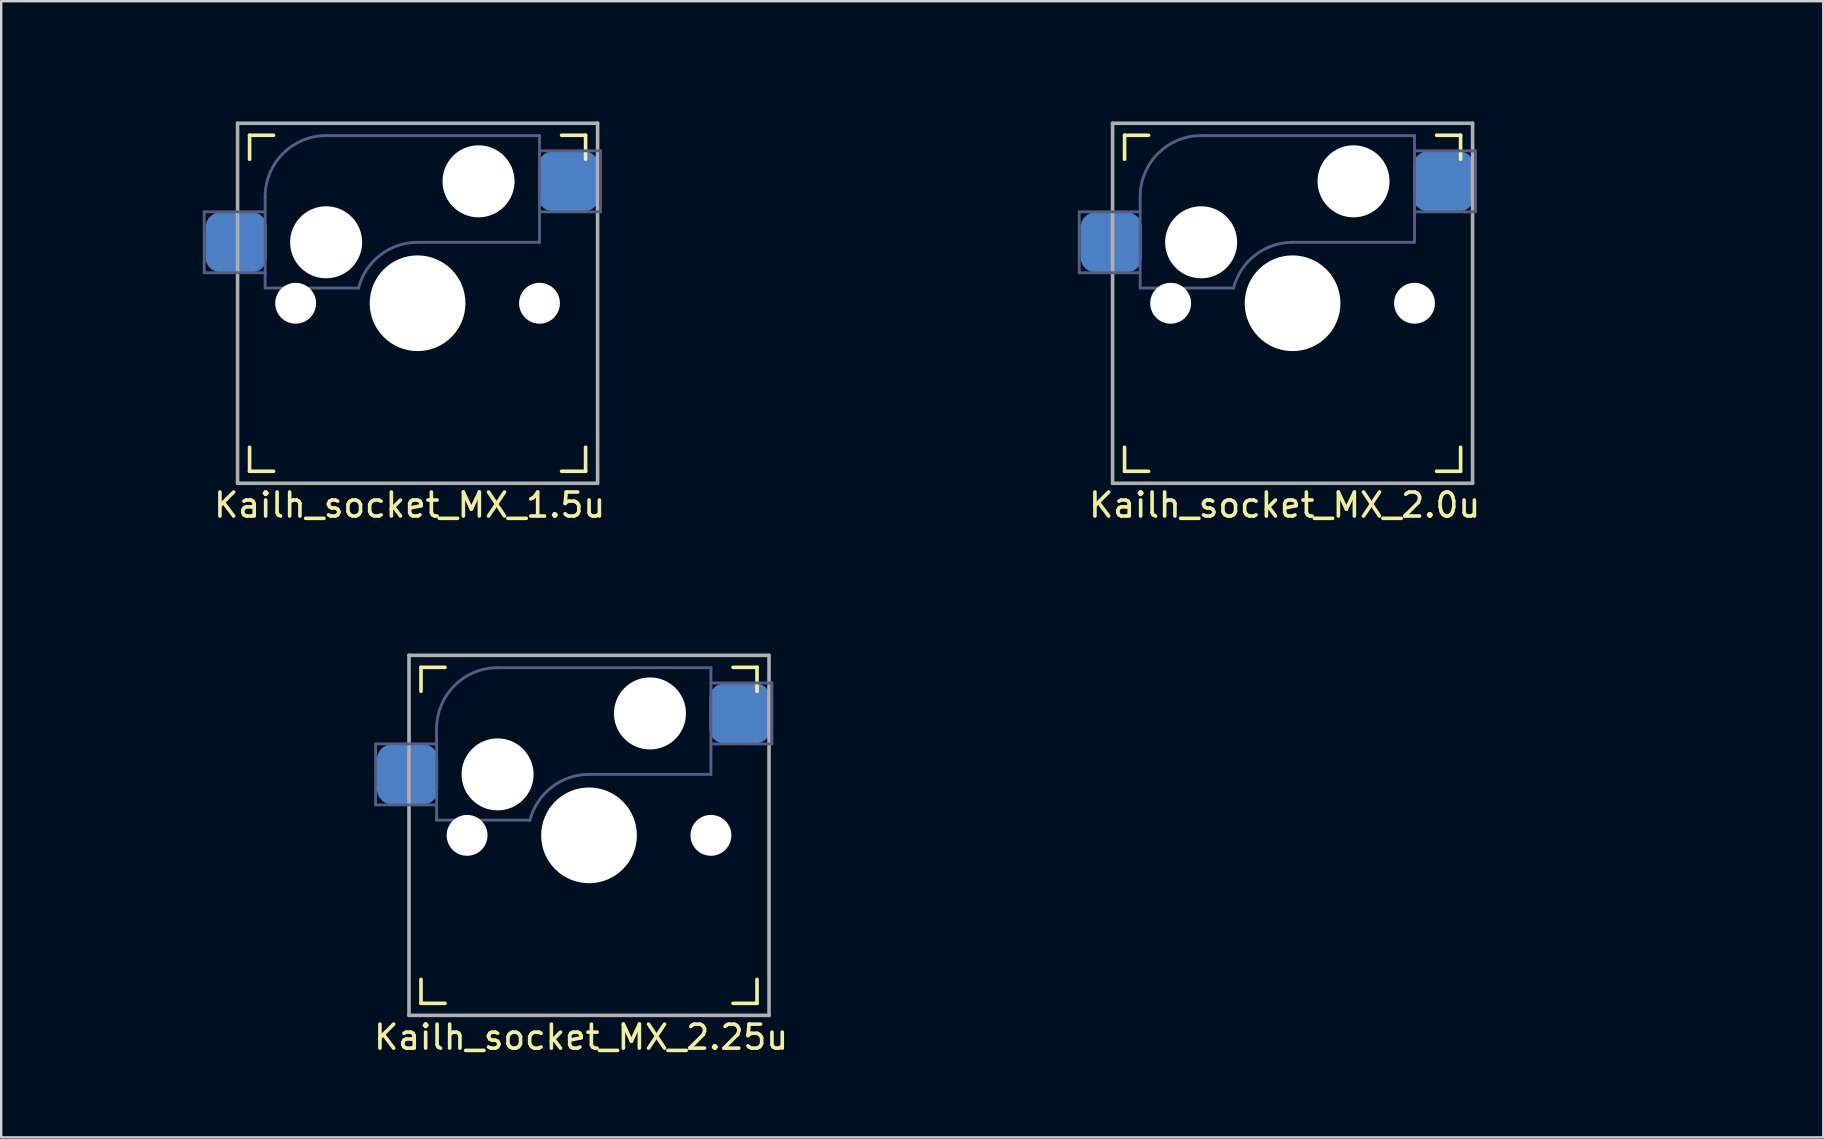
<source format=kicad_pcb>
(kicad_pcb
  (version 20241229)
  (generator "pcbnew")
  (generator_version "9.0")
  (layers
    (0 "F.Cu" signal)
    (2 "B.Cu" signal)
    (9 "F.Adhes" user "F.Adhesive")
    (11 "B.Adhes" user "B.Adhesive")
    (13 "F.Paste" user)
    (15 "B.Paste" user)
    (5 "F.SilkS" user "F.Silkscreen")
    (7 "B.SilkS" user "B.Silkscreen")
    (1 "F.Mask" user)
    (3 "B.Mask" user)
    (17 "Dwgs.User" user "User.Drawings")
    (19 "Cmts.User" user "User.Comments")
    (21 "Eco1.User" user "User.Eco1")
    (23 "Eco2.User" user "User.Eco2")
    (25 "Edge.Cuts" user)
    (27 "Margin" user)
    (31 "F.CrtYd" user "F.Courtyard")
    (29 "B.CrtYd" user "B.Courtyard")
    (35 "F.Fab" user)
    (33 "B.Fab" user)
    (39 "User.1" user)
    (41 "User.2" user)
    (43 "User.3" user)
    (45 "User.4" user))
  (footprint "Kailh_socket_MX_1.5u"
    (layer "F.Cu")
    (at 14.348 9.585)
    (property "Reference" "Kailh_socket_MX_1.5u" (at -0.33 8.41 180) (layer "F.SilkS") (effects (font (size 1 1) (thickness 0.15))))
    (attr through_hole)
    (fp_line (start -7 -7) (end -6 -7) (stroke (width 0.15) (type solid)) (layer "F.SilkS"))
    (fp_line (start -7 -6) (end -7 -7) (stroke (width 0.15) (type solid)) (layer "F.SilkS"))
    (fp_line (start -7 7) (end -7 6) (stroke (width 0.15) (type solid)) (layer "F.SilkS"))
    (fp_line (start -6 7) (end -7 7) (stroke (width 0.15) (type solid)) (layer "F.SilkS"))
    (fp_line (start 6 -7) (end 7 -7) (stroke (width 0.15) (type solid)) (layer "F.SilkS"))
    (fp_line (start 7 -7) (end 7 -6) (stroke (width 0.15) (type solid)) (layer "F.SilkS"))
    (fp_line (start 7 6) (end 7 7) (stroke (width 0.15) (type solid)) (layer "F.SilkS"))
    (fp_line (start 7 7) (end 6 7) (stroke (width 0.15) (type solid)) (layer "F.SilkS"))
    (fp_line (start -7 7) (end -7 -7) (stroke (width 0.1) (type solid)) (layer "Eco1.User"))
    (fp_line (start 7 -7) (end -7 -7) (stroke (width 0.1) (type solid)) (layer "Eco1.User"))
    (fp_line (start 7 7) (end -7 7) (stroke (width 0.1) (type solid)) (layer "Eco1.User"))
    (fp_line (start 7 7) (end 7 -7) (stroke (width 0.1) (type solid)) (layer "Eco1.User"))
    (fp_line (start -14.287 -9.525) (end 14.287 -9.525) (stroke (width 0.12) (type solid)) (layer "Eco2.User"))
    (fp_line (start -14.287 9.525) (end -14.287 -9.525) (stroke (width 0.12) (type solid)) (layer "Eco2.User"))
    (fp_line (start -0.8 4.25) (end 0.8 4.25) (stroke (width 0.12) (type solid)) (layer "Eco2.User"))
    (fp_line (start -0.8 5.85) (end -0.8 4.25) (stroke (width 0.12) (type solid)) (layer "Eco2.User"))
    (fp_line (start 0.8 4.25) (end 0.8 5.85) (stroke (width 0.12) (type solid)) (layer "Eco2.User"))
    (fp_line (start 0.8 5.85) (end -0.8 5.85) (stroke (width 0.12) (type solid)) (layer "Eco2.User"))
    (fp_line (start 14.287 -9.525) (end 14.287 9.525) (stroke (width 0.12) (type solid)) (layer "Eco2.User"))
    (fp_line (start 14.287 9.525) (end -14.287 9.525) (stroke (width 0.12) (type solid)) (layer "Eco2.User"))
    (fp_line (start -8.89 -3.81) (end -8.89 -1.27) (stroke (width 0.12) (type solid)) (layer "B.Fab"))
    (fp_line (start -8.89 -1.27) (end -6.35 -1.27) (stroke (width 0.12) (type solid)) (layer "B.Fab"))
    (fp_line (start -6.35 -4.445) (end -6.35 -0.635) (stroke (width 0.12) (type solid)) (layer "B.Fab"))
    (fp_line (start -6.35 -3.81) (end -8.89 -3.81) (stroke (width 0.12) (type solid)) (layer "B.Fab"))
    (fp_line (start -6.35 -0.635) (end -2.54 -0.635) (stroke (width 0.12) (type solid)) (layer "B.Fab"))
    (fp_line (start 0 -2.54) (end 5.08 -2.54) (stroke (width 0.12) (type solid)) (layer "B.Fab"))
    (fp_line (start 5.08 -6.985) (end -3.81 -6.985) (stroke (width 0.12) (type solid)) (layer "B.Fab"))
    (fp_line (start 5.08 -3.81) (end 7.62 -3.81) (stroke (width 0.12) (type solid)) (layer "B.Fab"))
    (fp_line (start 5.08 -2.54) (end 5.08 -6.985) (stroke (width 0.12) (type solid)) (layer "B.Fab"))
    (fp_line (start 7.62 -6.35) (end 5.08 -6.35) (stroke (width 0.12) (type solid)) (layer "B.Fab"))
    (fp_line (start 7.62 -3.81) (end 7.62 -6.35) (stroke (width 0.12) (type solid)) (layer "B.Fab"))
    (fp_arc (start -6.35 -4.445) (mid -5.606051 -6.241051) (end -3.81 -6.985) (stroke (width 0.12) (type solid)) (layer "B.Fab"))
    (fp_arc (start -2.464162 -0.61604) (mid -1.563147 -2.002042) (end 0 -2.54) (stroke (width 0.12) (type solid)) (layer "B.Fab"))
    (fp_line (start -7.5 -7.5) (end 7.5 -7.5) (stroke (width 0.15) (type solid)) (layer "F.Fab"))
    (fp_line (start -7.5 7.5) (end -7.5 -7.5) (stroke (width 0.15) (type solid)) (layer "F.Fab"))
    (fp_line (start 7.5 -7.5) (end 7.5 7.5) (stroke (width 0.15) (type solid)) (layer "F.Fab"))
    (fp_line (start 7.5 7.5) (end -7.5 7.5) (stroke (width 0.15) (type solid)) (layer "F.Fab"))
    (pad "" np_thru_hole circle (at -5.08 0 180) (size 1.702 1.702) (drill 1.702) (layers "*.Cu" "*.Mask"))
    (pad "" np_thru_hole circle (at -3.81 -2.54 153.5) (size 3 3) (drill 3) (layers "*.Cu" "*.Mask"))
    (pad "" np_thru_hole circle (at 0 0 180) (size 3.988 3.988) (drill 3.988) (layers "*.Cu" "*.Mask"))
    (pad "" np_thru_hole circle (at 2.54 -5.08 206.5) (size 3 3) (drill 3) (layers "*.Cu" "*.Mask"))
    (pad "" np_thru_hole circle (at 5.08 0 180) (size 1.702 1.702) (drill 1.702) (layers "*.Cu" "*.Mask"))
    (pad "1" smd roundrect (at 6.29 -5.08 180) (size 2.55 2.5) (layers "B.Cu" "B.Mask" "B.Paste") (roundrect_rratio 0.25))
    (pad "2" smd roundrect (at -7.56 -2.54 180) (size 2.55 2.5) (layers "B.Cu" "B.Mask" "B.Paste") (roundrect_rratio 0.25)))
  (footprint "Kailh_socket_MX_2.0u"
    (layer "F.Cu")
    (at 50.805 9.585)
    (property "Reference" "Kailh_socket_MX_2.0u" (at -0.33 8.41 180) (layer "F.SilkS") (effects (font (size 1 1) (thickness 0.15))))
    (attr through_hole)
    (fp_line (start -7 -7) (end -6 -7) (stroke (width 0.15) (type solid)) (layer "F.SilkS"))
    (fp_line (start -7 -6) (end -7 -7) (stroke (width 0.15) (type solid)) (layer "F.SilkS"))
    (fp_line (start -7 7) (end -7 6) (stroke (width 0.15) (type solid)) (layer "F.SilkS"))
    (fp_line (start -6 7) (end -7 7) (stroke (width 0.15) (type solid)) (layer "F.SilkS"))
    (fp_line (start 6 -7) (end 7 -7) (stroke (width 0.15) (type solid)) (layer "F.SilkS"))
    (fp_line (start 7 -7) (end 7 -6) (stroke (width 0.15) (type solid)) (layer "F.SilkS"))
    (fp_line (start 7 6) (end 7 7) (stroke (width 0.15) (type solid)) (layer "F.SilkS"))
    (fp_line (start 7 7) (end 6 7) (stroke (width 0.15) (type solid)) (layer "F.SilkS"))
    (fp_line (start -16.1 -0.458) (end -15.275 -0.458) (stroke (width 0.1) (type solid)) (layer "Eco1.User"))
    (fp_line (start -16.1 2.3) (end -16.1 -0.458) (stroke (width 0.1) (type solid)) (layer "Eco1.User"))
    (fp_line (start -15.275 -6.77) (end -13.55 -6.77) (stroke (width 0.1) (type solid)) (layer "Eco1.User"))
    (fp_line (start -15.275 -0.458) (end -15.275 -6.77) (stroke (width 0.1) (type solid)) (layer "Eco1.User"))
    (fp_line (start -15.275 2.3) (end -16.1 2.3) (stroke (width 0.1) (type solid)) (layer "Eco1.User"))
    (fp_line (start -15.275 5.53) (end -15.275 2.3) (stroke (width 0.1) (type solid)) (layer "Eco1.User"))
    (fp_line (start -13.55 -7.97) (end -13.55 -6.77) (stroke (width 0.1) (type solid)) (layer "Eco1.User"))
    (fp_line (start -10.25 -7.97) (end -13.55 -7.97) (stroke (width 0.1) (type solid)) (layer "Eco1.User"))
    (fp_line (start -10.25 -7.97) (end -10.25 -6.77) (stroke (width 0.1) (type solid)) (layer "Eco1.User"))
    (fp_line (start -10.25 -6.77) (end -8.525 -6.77) (stroke (width 0.1) (type solid)) (layer "Eco1.User"))
    (fp_line (start -8.525 -6.77) (end -8.525 -2.3) (stroke (width 0.1) (type solid)) (layer "Eco1.User"))
    (fp_line (start -8.525 2.3) (end -8.525 5.53) (stroke (width 0.1) (type solid)) (layer "Eco1.User"))
    (fp_line (start -8.525 5.53) (end -15.275 5.53) (stroke (width 0.1) (type solid)) (layer "Eco1.User"))
    (fp_line (start -7 -7) (end 7 -7) (stroke (width 0.1) (type solid)) (layer "Eco1.User"))
    (fp_line (start -7 -2.3) (end -8.525 -2.3) (stroke (width 0.1) (type solid)) (layer "Eco1.User"))
    (fp_line (start -7 -2.3) (end -7 -7) (stroke (width 0.1) (type solid)) (layer "Eco1.User"))
    (fp_line (start -7 2.3) (end -8.525 2.3) (stroke (width 0.1) (type solid)) (layer "Eco1.User"))
    (fp_line (start -7 2.3) (end -7 7) (stroke (width 0.1) (type solid)) (layer "Eco1.User"))
    (fp_line (start -7 7) (end 7 7) (stroke (width 0.1) (type solid)) (layer "Eco1.User"))
    (fp_line (start 7 -7) (end 7 -2.3) (stroke (width 0.1) (type solid)) (layer "Eco1.User"))
    (fp_line (start 7 -2.3) (end 8.525 -2.3) (stroke (width 0.1) (type solid)) (layer "Eco1.User"))
    (fp_line (start 7 2.3) (end 7 7) (stroke (width 0.1) (type solid)) (layer "Eco1.User"))
    (fp_line (start 7 2.3) (end 8.525 2.3) (stroke (width 0.1) (type solid)) (layer "Eco1.User"))
    (fp_line (start 8.525 -6.77) (end 8.525 -2.3) (stroke (width 0.1) (type solid)) (layer "Eco1.User"))
    (fp_line (start 8.525 2.3) (end 8.525 5.53) (stroke (width 0.1) (type solid)) (layer "Eco1.User"))
    (fp_line (start 8.525 5.53) (end 15.275 5.53) (stroke (width 0.1) (type solid)) (layer "Eco1.User"))
    (fp_line (start 10.25 -7.97) (end 10.25 -6.77) (stroke (width 0.1) (type solid)) (layer "Eco1.User"))
    (fp_line (start 10.25 -7.97) (end 13.55 -7.97) (stroke (width 0.1) (type solid)) (layer "Eco1.User"))
    (fp_line (start 10.25 -6.77) (end 8.525 -6.77) (stroke (width 0.1) (type solid)) (layer "Eco1.User"))
    (fp_line (start 13.55 -7.97) (end 13.55 -6.77) (stroke (width 0.1) (type solid)) (layer "Eco1.User"))
    (fp_line (start 15.275 -6.77) (end 13.55 -6.77) (stroke (width 0.1) (type solid)) (layer "Eco1.User"))
    (fp_line (start 15.275 -0.458) (end 15.275 -6.77) (stroke (width 0.1) (type solid)) (layer "Eco1.User"))
    (fp_line (start 15.275 2.3) (end 16.1 2.3) (stroke (width 0.1) (type solid)) (layer "Eco1.User"))
    (fp_line (start 15.275 5.53) (end 15.275 2.3) (stroke (width 0.1) (type solid)) (layer "Eco1.User"))
    (fp_line (start 16.1 -0.458) (end 15.275 -0.458) (stroke (width 0.1) (type solid)) (layer "Eco1.User"))
    (fp_line (start 16.1 2.3) (end 16.1 -0.458) (stroke (width 0.1) (type solid)) (layer "Eco1.User"))
    (fp_line (start -19.05 -9.525) (end 19.05 -9.525) (stroke (width 0.12) (type solid)) (layer "Eco2.User"))
    (fp_line (start -19.05 9.525) (end -19.05 -9.525) (stroke (width 0.12) (type solid)) (layer "Eco2.User"))
    (fp_line (start -0.8 4.25) (end 0.8 4.25) (stroke (width 0.12) (type solid)) (layer "Eco2.User"))
    (fp_line (start -0.8 5.85) (end -0.8 4.25) (stroke (width 0.12) (type solid)) (layer "Eco2.User"))
    (fp_line (start 0.8 4.25) (end 0.8 5.85) (stroke (width 0.12) (type solid)) (layer "Eco2.User"))
    (fp_line (start 0.8 5.85) (end -0.8 5.85) (stroke (width 0.12) (type solid)) (layer "Eco2.User"))
    (fp_line (start 19.05 -9.525) (end 19.05 9.525) (stroke (width 0.12) (type solid)) (layer "Eco2.User"))
    (fp_line (start 19.05 9.525) (end -19.05 9.525) (stroke (width 0.12) (type solid)) (layer "Eco2.User"))
    (fp_line (start -8.89 -3.81) (end -8.89 -1.27) (stroke (width 0.12) (type solid)) (layer "B.Fab"))
    (fp_line (start -8.89 -1.27) (end -6.35 -1.27) (stroke (width 0.12) (type solid)) (layer "B.Fab"))
    (fp_line (start -6.35 -4.445) (end -6.35 -0.635) (stroke (width 0.12) (type solid)) (layer "B.Fab"))
    (fp_line (start -6.35 -3.81) (end -8.89 -3.81) (stroke (width 0.12) (type solid)) (layer "B.Fab"))
    (fp_line (start -6.35 -0.635) (end -2.54 -0.635) (stroke (width 0.12) (type solid)) (layer "B.Fab"))
    (fp_line (start 0 -2.54) (end 5.08 -2.54) (stroke (width 0.12) (type solid)) (layer "B.Fab"))
    (fp_line (start 5.08 -6.985) (end -3.81 -6.985) (stroke (width 0.12) (type solid)) (layer "B.Fab"))
    (fp_line (start 5.08 -3.81) (end 7.62 -3.81) (stroke (width 0.12) (type solid)) (layer "B.Fab"))
    (fp_line (start 5.08 -2.54) (end 5.08 -6.985) (stroke (width 0.12) (type solid)) (layer "B.Fab"))
    (fp_line (start 7.62 -6.35) (end 5.08 -6.35) (stroke (width 0.12) (type solid)) (layer "B.Fab"))
    (fp_line (start 7.62 -3.81) (end 7.62 -6.35) (stroke (width 0.12) (type solid)) (layer "B.Fab"))
    (fp_arc (start -6.35 -4.445) (mid -5.606051 -6.241051) (end -3.81 -6.985) (stroke (width 0.12) (type solid)) (layer "B.Fab"))
    (fp_arc (start -2.464162 -0.61604) (mid -1.563147 -2.002042) (end 0 -2.54) (stroke (width 0.12) (type solid)) (layer "B.Fab"))
    (fp_line (start -7.5 -7.5) (end 7.5 -7.5) (stroke (width 0.15) (type solid)) (layer "F.Fab"))
    (fp_line (start -7.5 7.5) (end -7.5 -7.5) (stroke (width 0.15) (type solid)) (layer "F.Fab"))
    (fp_line (start 7.5 -7.5) (end 7.5 7.5) (stroke (width 0.15) (type solid)) (layer "F.Fab"))
    (fp_line (start 7.5 7.5) (end -7.5 7.5) (stroke (width 0.15) (type solid)) (layer "F.Fab"))
    (pad "" np_thru_hole circle (at -5.08 0 180) (size 1.702 1.702) (drill 1.702) (layers "*.Cu" "*.Mask"))
    (pad "" np_thru_hole circle (at -3.81 -2.54 153.5) (size 3 3) (drill 3) (layers "*.Cu" "*.Mask"))
    (pad "" np_thru_hole circle (at 0 0 180) (size 3.988 3.988) (drill 3.988) (layers "*.Cu" "*.Mask"))
    (pad "" np_thru_hole circle (at 2.54 -5.08 206.5) (size 3 3) (drill 3) (layers "*.Cu" "*.Mask"))
    (pad "" np_thru_hole circle (at 5.08 0 180) (size 1.702 1.702) (drill 1.702) (layers "*.Cu" "*.Mask"))
    (pad "1" smd roundrect (at 6.29 -5.08 180) (size 2.55 2.5) (layers "B.Cu" "B.Mask" "B.Paste") (roundrect_rratio 0.25))
    (pad "2" smd roundrect (at -7.56 -2.54 180) (size 2.55 2.5) (layers "B.Cu" "B.Mask" "B.Paste") (roundrect_rratio 0.25)))
  (footprint "Kailh_socket_MX_2.25u"
    (layer "F.Cu")
    (at 21.491 31.755)
    (property "Reference" "Kailh_socket_MX_2.25u" (at -0.33 8.41 180) (layer "F.SilkS") (effects (font (size 1 1) (thickness 0.15))))
    (attr through_hole)
    (fp_line (start -7 -7) (end -6 -7) (stroke (width 0.15) (type solid)) (layer "F.SilkS"))
    (fp_line (start -7 -6) (end -7 -7) (stroke (width 0.15) (type solid)) (layer "F.SilkS"))
    (fp_line (start -7 7) (end -7 6) (stroke (width 0.15) (type solid)) (layer "F.SilkS"))
    (fp_line (start -6 7) (end -7 7) (stroke (width 0.15) (type solid)) (layer "F.SilkS"))
    (fp_line (start 6 -7) (end 7 -7) (stroke (width 0.15) (type solid)) (layer "F.SilkS"))
    (fp_line (start 7 -7) (end 7 -6) (stroke (width 0.15) (type solid)) (layer "F.SilkS"))
    (fp_line (start 7 6) (end 7 7) (stroke (width 0.15) (type solid)) (layer "F.SilkS"))
    (fp_line (start 7 7) (end 6 7) (stroke (width 0.15) (type solid)) (layer "F.SilkS"))
    (fp_line (start -16.1 -0.458) (end -15.275 -0.458) (stroke (width 0.1) (type solid)) (layer "Eco1.User"))
    (fp_line (start -16.1 2.3) (end -16.1 -0.458) (stroke (width 0.1) (type solid)) (layer "Eco1.User"))
    (fp_line (start -15.275 -6.77) (end -13.55 -6.77) (stroke (width 0.1) (type solid)) (layer "Eco1.User"))
    (fp_line (start -15.275 -0.458) (end -15.275 -6.77) (stroke (width 0.1) (type solid)) (layer "Eco1.User"))
    (fp_line (start -15.275 2.3) (end -16.1 2.3) (stroke (width 0.1) (type solid)) (layer "Eco1.User"))
    (fp_line (start -15.275 5.53) (end -15.275 2.3) (stroke (width 0.1) (type solid)) (layer "Eco1.User"))
    (fp_line (start -13.55 -7.97) (end -13.55 -6.77) (stroke (width 0.1) (type solid)) (layer "Eco1.User"))
    (fp_line (start -10.25 -7.97) (end -13.55 -7.97) (stroke (width 0.1) (type solid)) (layer "Eco1.User"))
    (fp_line (start -10.25 -7.97) (end -10.25 -6.77) (stroke (width 0.1) (type solid)) (layer "Eco1.User"))
    (fp_line (start -10.25 -6.77) (end -8.525 -6.77) (stroke (width 0.1) (type solid)) (layer "Eco1.User"))
    (fp_line (start -8.525 -6.77) (end -8.525 -2.3) (stroke (width 0.1) (type solid)) (layer "Eco1.User"))
    (fp_line (start -8.525 2.3) (end -8.525 5.53) (stroke (width 0.1) (type solid)) (layer "Eco1.User"))
    (fp_line (start -8.525 5.53) (end -15.275 5.53) (stroke (width 0.1) (type solid)) (layer "Eco1.User"))
    (fp_line (start -7 -7) (end 7 -7) (stroke (width 0.1) (type solid)) (layer "Eco1.User"))
    (fp_line (start -7 -2.3) (end -8.525 -2.3) (stroke (width 0.1) (type solid)) (layer "Eco1.User"))
    (fp_line (start -7 -2.3) (end -7 -7) (stroke (width 0.1) (type solid)) (layer "Eco1.User"))
    (fp_line (start -7 2.3) (end -8.525 2.3) (stroke (width 0.1) (type solid)) (layer "Eco1.User"))
    (fp_line (start -7 2.3) (end -7 7) (stroke (width 0.1) (type solid)) (layer "Eco1.User"))
    (fp_line (start -7 7) (end 7 7) (stroke (width 0.1) (type solid)) (layer "Eco1.User"))
    (fp_line (start 7 -7) (end 7 -2.3) (stroke (width 0.1) (type solid)) (layer "Eco1.User"))
    (fp_line (start 7 -2.3) (end 8.525 -2.3) (stroke (width 0.1) (type solid)) (layer "Eco1.User"))
    (fp_line (start 7 2.3) (end 7 7) (stroke (width 0.1) (type solid)) (layer "Eco1.User"))
    (fp_line (start 7 2.3) (end 8.525 2.3) (stroke (width 0.1) (type solid)) (layer "Eco1.User"))
    (fp_line (start 8.525 -6.77) (end 8.525 -2.3) (stroke (width 0.1) (type solid)) (layer "Eco1.User"))
    (fp_line (start 8.525 2.3) (end 8.525 5.53) (stroke (width 0.1) (type solid)) (layer "Eco1.User"))
    (fp_line (start 8.525 5.53) (end 15.275 5.53) (stroke (width 0.1) (type solid)) (layer "Eco1.User"))
    (fp_line (start 10.25 -7.97) (end 10.25 -6.77) (stroke (width 0.1) (type solid)) (layer "Eco1.User"))
    (fp_line (start 10.25 -7.97) (end 13.55 -7.97) (stroke (width 0.1) (type solid)) (layer "Eco1.User"))
    (fp_line (start 10.25 -6.77) (end 8.525 -6.77) (stroke (width 0.1) (type solid)) (layer "Eco1.User"))
    (fp_line (start 13.55 -7.97) (end 13.55 -6.77) (stroke (width 0.1) (type solid)) (layer "Eco1.User"))
    (fp_line (start 15.275 -6.77) (end 13.55 -6.77) (stroke (width 0.1) (type solid)) (layer "Eco1.User"))
    (fp_line (start 15.275 -0.458) (end 15.275 -6.77) (stroke (width 0.1) (type solid)) (layer "Eco1.User"))
    (fp_line (start 15.275 2.3) (end 16.1 2.3) (stroke (width 0.1) (type solid)) (layer "Eco1.User"))
    (fp_line (start 15.275 5.53) (end 15.275 2.3) (stroke (width 0.1) (type solid)) (layer "Eco1.User"))
    (fp_line (start 16.1 -0.458) (end 15.275 -0.458) (stroke (width 0.1) (type solid)) (layer "Eco1.User"))
    (fp_line (start 16.1 2.3) (end 16.1 -0.458) (stroke (width 0.1) (type solid)) (layer "Eco1.User"))
    (fp_line (start -21.431 -9.525) (end 21.431 -9.525) (stroke (width 0.12) (type solid)) (layer "Eco2.User"))
    (fp_line (start -21.431 9.525) (end -21.431 -9.525) (stroke (width 0.12) (type solid)) (layer "Eco2.User"))
    (fp_line (start -0.8 4.25) (end 0.8 4.25) (stroke (width 0.12) (type solid)) (layer "Eco2.User"))
    (fp_line (start -0.8 5.85) (end -0.8 4.25) (stroke (width 0.12) (type solid)) (layer "Eco2.User"))
    (fp_line (start 0.8 4.25) (end 0.8 5.85) (stroke (width 0.12) (type solid)) (layer "Eco2.User"))
    (fp_line (start 0.8 5.85) (end -0.8 5.85) (stroke (width 0.12) (type solid)) (layer "Eco2.User"))
    (fp_line (start 21.431 -9.525) (end 21.431 9.525) (stroke (width 0.12) (type solid)) (layer "Eco2.User"))
    (fp_line (start 21.431 9.525) (end -21.431 9.525) (stroke (width 0.12) (type solid)) (layer "Eco2.User"))
    (fp_line (start -8.89 -3.81) (end -8.89 -1.27) (stroke (width 0.12) (type solid)) (layer "B.Fab"))
    (fp_line (start -8.89 -1.27) (end -6.35 -1.27) (stroke (width 0.12) (type solid)) (layer "B.Fab"))
    (fp_line (start -6.35 -4.445) (end -6.35 -0.635) (stroke (width 0.12) (type solid)) (layer "B.Fab"))
    (fp_line (start -6.35 -3.81) (end -8.89 -3.81) (stroke (width 0.12) (type solid)) (layer "B.Fab"))
    (fp_line (start -6.35 -0.635) (end -2.54 -0.635) (stroke (width 0.12) (type solid)) (layer "B.Fab"))
    (fp_line (start 0 -2.54) (end 5.08 -2.54) (stroke (width 0.12) (type solid)) (layer "B.Fab"))
    (fp_line (start 5.08 -6.985) (end -3.81 -6.985) (stroke (width 0.12) (type solid)) (layer "B.Fab"))
    (fp_line (start 5.08 -3.81) (end 7.62 -3.81) (stroke (width 0.12) (type solid)) (layer "B.Fab"))
    (fp_line (start 5.08 -2.54) (end 5.08 -6.985) (stroke (width 0.12) (type solid)) (layer "B.Fab"))
    (fp_line (start 7.62 -6.35) (end 5.08 -6.35) (stroke (width 0.12) (type solid)) (layer "B.Fab"))
    (fp_line (start 7.62 -3.81) (end 7.62 -6.35) (stroke (width 0.12) (type solid)) (layer "B.Fab"))
    (fp_arc (start -6.35 -4.445) (mid -5.606051 -6.241051) (end -3.81 -6.985) (stroke (width 0.12) (type solid)) (layer "B.Fab"))
    (fp_arc (start -2.464162 -0.61604) (mid -1.563147 -2.002042) (end 0 -2.54) (stroke (width 0.12) (type solid)) (layer "B.Fab"))
    (fp_line (start -7.5 -7.5) (end 7.5 -7.5) (stroke (width 0.15) (type solid)) (layer "F.Fab"))
    (fp_line (start -7.5 7.5) (end -7.5 -7.5) (stroke (width 0.15) (type solid)) (layer "F.Fab"))
    (fp_line (start 7.5 -7.5) (end 7.5 7.5) (stroke (width 0.15) (type solid)) (layer "F.Fab"))
    (fp_line (start 7.5 7.5) (end -7.5 7.5) (stroke (width 0.15) (type solid)) (layer "F.Fab"))
    (pad "" np_thru_hole circle (at -5.08 0 180) (size 1.702 1.702) (drill 1.702) (layers "*.Cu" "*.Mask"))
    (pad "" np_thru_hole circle (at -3.81 -2.54 153.5) (size 3 3) (drill 3) (layers "*.Cu" "*.Mask"))
    (pad "" np_thru_hole circle (at 0 0 180) (size 3.988 3.988) (drill 3.988) (layers "*.Cu" "*.Mask"))
    (pad "" np_thru_hole circle (at 2.54 -5.08 206.5) (size 3 3) (drill 3) (layers "*.Cu" "*.Mask"))
    (pad "" np_thru_hole circle (at 5.08 0 180) (size 1.702 1.702) (drill 1.702) (layers "*.Cu" "*.Mask"))
    (pad "1" smd roundrect (at 6.29 -5.08 180) (size 2.55 2.5) (layers "B.Cu" "B.Mask" "B.Paste") (roundrect_rratio 0.25))
    (pad "2" smd roundrect (at -7.56 -2.54 180) (size 2.55 2.5) (layers "B.Cu" "B.Mask" "B.Paste") (roundrect_rratio 0.25)))
  (gr_rect
    (start -3 -3)
    (end 72.915 44.34)
    (stroke (width 0.1) (type default))
    (fill no)
    (layer "Edge.Cuts")))
</source>
